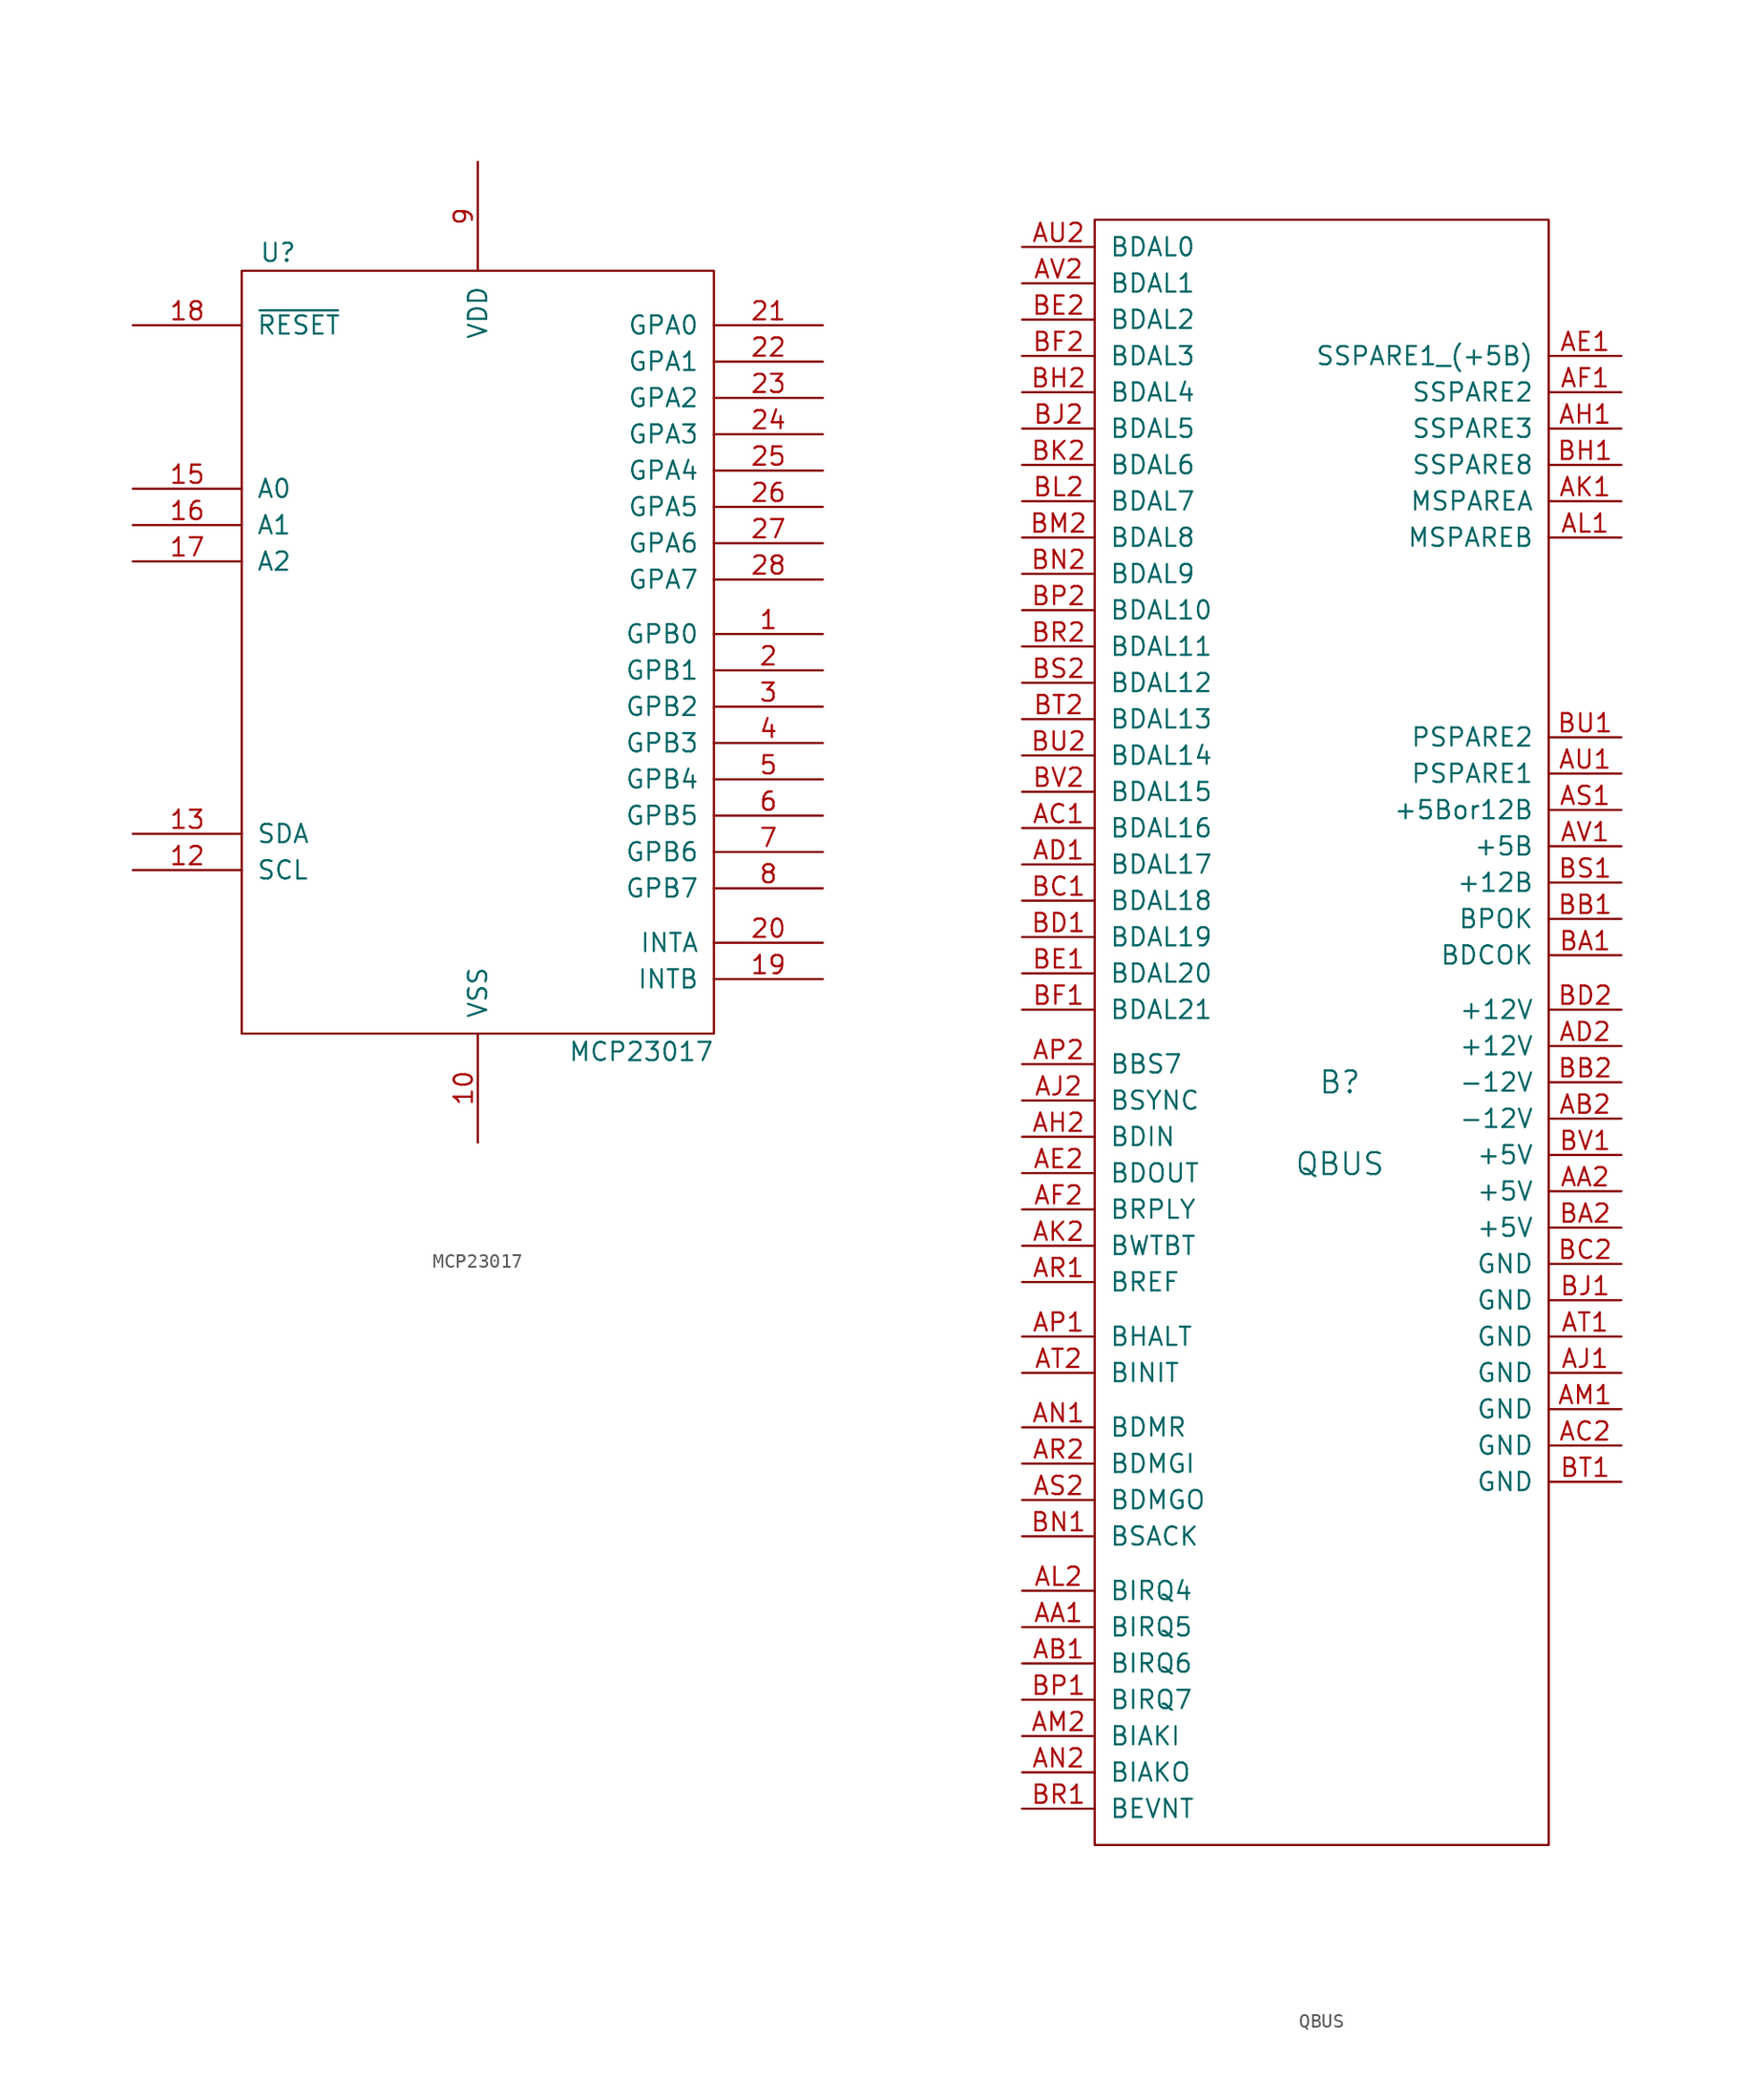
<source format=kicad_sym>
(kicad_symbol_lib
  (version 20220914)
  (generator kicad_symbol_editor)
  (symbol "MCP23017"
    (pin_names
      (offset 1.016))
    (property "Reference" "U"
      (at -13.97 27.94 0)
      (effects (font (size 1.27 1.27))))
    (property "Value" "MCP23017"
      (at 11.43 -27.94 0)
      (effects (font (size 1.27 1.27))))
    (symbol "MCP23017_1_0"
      (rectangle (start -16.51 -26.67) (end 16.51 26.67) (stroke (width 0) (type solid)) (fill (type none))))
    (symbol "MCP23017_1_1"
      (pin tri_state line (at 24.13 1.27 180) (length 7.62) (name "GPB0" (effects (font (size 1.27 1.27)))) (number "1" (effects (font (size 1.27 1.27)))))
      (pin power_in line (at 0 -34.29 90) (length 7.62) (name "VSS" (effects (font (size 1.27 1.27)))) (number "10" (effects (font (size 1.27 1.27)))))
      (pin input line (at -24.13 -15.24 0) (length 7.62) (name "SCL" (effects (font (size 1.27 1.27)))) (number "12" (effects (font (size 1.27 1.27)))))
      (pin tri_state line (at -24.13 -12.7 0) (length 7.62) (name "SDA" (effects (font (size 1.27 1.27)))) (number "13" (effects (font (size 1.27 1.27)))))
      (pin input line (at -24.13 11.43 0) (length 7.62) (name "A0" (effects (font (size 1.27 1.27)))) (number "15" (effects (font (size 1.27 1.27)))))
      (pin input line (at -24.13 8.89 0) (length 7.62) (name "A1" (effects (font (size 1.27 1.27)))) (number "16" (effects (font (size 1.27 1.27)))))
      (pin input line (at -24.13 6.35 0) (length 7.62) (name "A2" (effects (font (size 1.27 1.27)))) (number "17" (effects (font (size 1.27 1.27)))))
      (pin input line (at -24.13 22.86 0) (length 7.62) (name "~{RESET}" (effects (font (size 1.27 1.27)))) (number "18" (effects (font (size 1.27 1.27)))))
      (pin output line (at 24.13 -22.86 180) (length 7.62) (name "INTB" (effects (font (size 1.27 1.27)))) (number "19" (effects (font (size 1.27 1.27)))))
      (pin tri_state line (at 24.13 -1.27 180) (length 7.62) (name "GPB1" (effects (font (size 1.27 1.27)))) (number "2" (effects (font (size 1.27 1.27)))))
      (pin output line (at 24.13 -20.32 180) (length 7.62) (name "INTA" (effects (font (size 1.27 1.27)))) (number "20" (effects (font (size 1.27 1.27)))))
      (pin tri_state line (at 24.13 22.86 180) (length 7.62) (name "GPA0" (effects (font (size 1.27 1.27)))) (number "21" (effects (font (size 1.27 1.27)))))
      (pin tri_state line (at 24.13 20.32 180) (length 7.62) (name "GPA1" (effects (font (size 1.27 1.27)))) (number "22" (effects (font (size 1.27 1.27)))))
      (pin tri_state line (at 24.13 17.78 180) (length 7.62) (name "GPA2" (effects (font (size 1.27 1.27)))) (number "23" (effects (font (size 1.27 1.27)))))
      (pin tri_state line (at 24.13 15.24 180) (length 7.62) (name "GPA3" (effects (font (size 1.27 1.27)))) (number "24" (effects (font (size 1.27 1.27)))))
      (pin tri_state line (at 24.13 12.7 180) (length 7.62) (name "GPA4" (effects (font (size 1.27 1.27)))) (number "25" (effects (font (size 1.27 1.27)))))
      (pin tri_state line (at 24.13 10.16 180) (length 7.62) (name "GPA5" (effects (font (size 1.27 1.27)))) (number "26" (effects (font (size 1.27 1.27)))))
      (pin tri_state line (at 24.13 7.62 180) (length 7.62) (name "GPA6" (effects (font (size 1.27 1.27)))) (number "27" (effects (font (size 1.27 1.27)))))
      (pin tri_state line (at 24.13 5.08 180) (length 7.62) (name "GPA7" (effects (font (size 1.27 1.27)))) (number "28" (effects (font (size 1.27 1.27)))))
      (pin tri_state line (at 24.13 -3.81 180) (length 7.62) (name "GPB2" (effects (font (size 1.27 1.27)))) (number "3" (effects (font (size 1.27 1.27)))))
      (pin tri_state line (at 24.13 -6.35 180) (length 7.62) (name "GPB3" (effects (font (size 1.27 1.27)))) (number "4" (effects (font (size 1.27 1.27)))))
      (pin tri_state line (at 24.13 -8.89 180) (length 7.62) (name "GPB4" (effects (font (size 1.27 1.27)))) (number "5" (effects (font (size 1.27 1.27)))))
      (pin tri_state line (at 24.13 -11.43 180) (length 7.62) (name "GPB5" (effects (font (size 1.27 1.27)))) (number "6" (effects (font (size 1.27 1.27)))))
      (pin tri_state line (at 24.13 -13.97 180) (length 7.62) (name "GPB6" (effects (font (size 1.27 1.27)))) (number "7" (effects (font (size 1.27 1.27)))))
      (pin tri_state line (at 24.13 -16.51 180) (length 7.62) (name "GPB7" (effects (font (size 1.27 1.27)))) (number "8" (effects (font (size 1.27 1.27)))))
      (pin power_in line (at 0 34.29 270) (length 7.62) (name "VDD" (effects (font (size 1.27 1.27)))) (number "9" (effects (font (size 1.27 1.27)))))))
  (symbol "QBUS"
    (pin_names
      (offset 1.016))
    (property "Reference" "B"
      (at -14.605 -5.08 0)
      (effects (font (size 1.524 1.524))))
    (property "Value" "QBUS"
      (at -14.605 -10.795 0)
      (effects (font (size 1.524 1.524))))
    (property "Footprint" ""
      (at 0 -3.81 0)
      (effects (font (size 1.524 1.524))))
    (property "Datasheet" ""
      (at 0 -3.81 0)
      (effects (font (size 1.524 1.524))))
    (symbol "QBUS_0_1"
      (rectangle (start -31.75 55.245) (end 0 -58.42) (stroke (width 0) (type solid)) (fill (type none))))
    (symbol "QBUS_1_1"
      (pin bidirectional line (at -36.83 -43.18 0) (length 5.08) (name "BIRQ5" (effects (font (size 1.27 1.27)))) (number "AA1" (effects (font (size 1.27 1.27)))))
      (pin power_in line (at 5.08 -12.7 180) (length 5.08) (name "+5V" (effects (font (size 1.27 1.27)))) (number "AA2" (effects (font (size 1.27 1.27)))))
      (pin bidirectional line (at -36.83 -45.72 0) (length 5.08) (name "BIRQ6" (effects (font (size 1.27 1.27)))) (number "AB1" (effects (font (size 1.27 1.27)))))
      (pin power_in line (at 5.08 -7.62 180) (length 5.08) (name "-12V" (effects (font (size 1.27 1.27)))) (number "AB2" (effects (font (size 1.27 1.27)))))
      (pin bidirectional line (at -36.83 12.7 0) (length 5.08) (name "BDAL16" (effects (font (size 1.27 1.27)))) (number "AC1" (effects (font (size 1.27 1.27)))))
      (pin power_in line (at 5.08 -30.48 180) (length 5.08) (name "GND" (effects (font (size 1.27 1.27)))) (number "AC2" (effects (font (size 1.27 1.27)))))
      (pin bidirectional line (at -36.83 10.16 0) (length 5.08) (name "BDAL17" (effects (font (size 1.27 1.27)))) (number "AD1" (effects (font (size 1.27 1.27)))))
      (pin power_in line (at 5.08 -2.54 180) (length 5.08) (name "+12V" (effects (font (size 1.27 1.27)))) (number "AD2" (effects (font (size 1.27 1.27)))))
      (pin bidirectional line (at 5.08 45.72 180) (length 5.08) (name "SSPARE1_(+5B)" (effects (font (size 1.27 1.27)))) (number "AE1" (effects (font (size 1.27 1.27)))))
      (pin bidirectional line (at -36.83 -11.43 0) (length 5.08) (name "BDOUT" (effects (font (size 1.27 1.27)))) (number "AE2" (effects (font (size 1.27 1.27)))))
      (pin bidirectional line (at 5.08 43.18 180) (length 5.08) (name "SSPARE2" (effects (font (size 1.27 1.27)))) (number "AF1" (effects (font (size 1.27 1.27)))))
      (pin bidirectional line (at -36.83 -13.97 0) (length 5.08) (name "BRPLY" (effects (font (size 1.27 1.27)))) (number "AF2" (effects (font (size 1.27 1.27)))))
      (pin bidirectional line (at 5.08 40.64 180) (length 5.08) (name "SSPARE3" (effects (font (size 1.27 1.27)))) (number "AH1" (effects (font (size 1.27 1.27)))))
      (pin bidirectional line (at -36.83 -8.89 0) (length 5.08) (name "BDIN" (effects (font (size 1.27 1.27)))) (number "AH2" (effects (font (size 1.27 1.27)))))
      (pin power_in line (at 5.08 -25.4 180) (length 5.08) (name "GND" (effects (font (size 1.27 1.27)))) (number "AJ1" (effects (font (size 1.27 1.27)))))
      (pin bidirectional line (at -36.83 -6.35 0) (length 5.08) (name "BSYNC" (effects (font (size 1.27 1.27)))) (number "AJ2" (effects (font (size 1.27 1.27)))))
      (pin bidirectional line (at 5.08 35.56 180) (length 5.08) (name "MSPAREA" (effects (font (size 1.27 1.27)))) (number "AK1" (effects (font (size 1.27 1.27)))))
      (pin bidirectional line (at -36.83 -16.51 0) (length 5.08) (name "BWTBT" (effects (font (size 1.27 1.27)))) (number "AK2" (effects (font (size 1.27 1.27)))))
      (pin bidirectional line (at 5.08 33.02 180) (length 5.08) (name "MSPAREB" (effects (font (size 1.27 1.27)))) (number "AL1" (effects (font (size 1.27 1.27)))))
      (pin bidirectional line (at -36.83 -40.64 0) (length 5.08) (name "BIRQ4" (effects (font (size 1.27 1.27)))) (number "AL2" (effects (font (size 1.27 1.27)))))
      (pin power_in line (at 5.08 -27.94 180) (length 5.08) (name "GND" (effects (font (size 1.27 1.27)))) (number "AM1" (effects (font (size 1.27 1.27)))))
      (pin bidirectional line (at -36.83 -50.8 0) (length 5.08) (name "BIAKI" (effects (font (size 1.27 1.27)))) (number "AM2" (effects (font (size 1.27 1.27)))))
      (pin bidirectional line (at -36.83 -29.21 0) (length 5.08) (name "BDMR" (effects (font (size 1.27 1.27)))) (number "AN1" (effects (font (size 1.27 1.27)))))
      (pin bidirectional line (at -36.83 -53.34 0) (length 5.08) (name "BIAKO" (effects (font (size 1.27 1.27)))) (number "AN2" (effects (font (size 1.27 1.27)))))
      (pin bidirectional line (at -36.83 -22.86 0) (length 5.08) (name "BHALT" (effects (font (size 1.27 1.27)))) (number "AP1" (effects (font (size 1.27 1.27)))))
      (pin bidirectional line (at -36.83 -3.81 0) (length 5.08) (name "BBS7" (effects (font (size 1.27 1.27)))) (number "AP2" (effects (font (size 1.27 1.27)))))
      (pin bidirectional line (at -36.83 -19.05 0) (length 5.08) (name "BREF" (effects (font (size 1.27 1.27)))) (number "AR1" (effects (font (size 1.27 1.27)))))
      (pin bidirectional line (at -36.83 -31.75 0) (length 5.08) (name "BDMGI" (effects (font (size 1.27 1.27)))) (number "AR2" (effects (font (size 1.27 1.27)))))
      (pin power_in line (at 5.08 13.97 180) (length 5.08) (name "+5Bor12B" (effects (font (size 1.27 1.27)))) (number "AS1" (effects (font (size 1.27 1.27)))))
      (pin bidirectional line (at -36.83 -34.29 0) (length 5.08) (name "BDMGO" (effects (font (size 1.27 1.27)))) (number "AS2" (effects (font (size 1.27 1.27)))))
      (pin power_in line (at 5.08 -22.86 180) (length 5.08) (name "GND" (effects (font (size 1.27 1.27)))) (number "AT1" (effects (font (size 1.27 1.27)))))
      (pin bidirectional line (at -36.83 -25.4 0) (length 5.08) (name "BINIT" (effects (font (size 1.27 1.27)))) (number "AT2" (effects (font (size 1.27 1.27)))))
      (pin power_in line (at 5.08 16.51 180) (length 5.08) (name "PSPARE1" (effects (font (size 1.27 1.27)))) (number "AU1" (effects (font (size 1.27 1.27)))))
      (pin bidirectional line (at -36.83 53.34 0) (length 5.08) (name "BDAL0" (effects (font (size 1.27 1.27)))) (number "AU2" (effects (font (size 1.27 1.27)))))
      (pin power_in line (at 5.08 11.43 180) (length 5.08) (name "+5B" (effects (font (size 1.27 1.27)))) (number "AV1" (effects (font (size 1.27 1.27)))))
      (pin bidirectional line (at -36.83 50.8 0) (length 5.08) (name "BDAL1" (effects (font (size 1.27 1.27)))) (number "AV2" (effects (font (size 1.27 1.27)))))
      (pin bidirectional line (at 5.08 3.81 180) (length 5.08) (name "BDCOK" (effects (font (size 1.27 1.27)))) (number "BA1" (effects (font (size 1.27 1.27)))))
      (pin power_in line (at 5.08 -15.24 180) (length 5.08) (name "+5V" (effects (font (size 1.27 1.27)))) (number "BA2" (effects (font (size 1.27 1.27)))))
      (pin bidirectional line (at 5.08 6.35 180) (length 5.08) (name "BPOK" (effects (font (size 1.27 1.27)))) (number "BB1" (effects (font (size 1.27 1.27)))))
      (pin power_in line (at 5.08 -5.08 180) (length 5.08) (name "-12V" (effects (font (size 1.27 1.27)))) (number "BB2" (effects (font (size 1.27 1.27)))))
      (pin bidirectional line (at -36.83 7.62 0) (length 5.08) (name "BDAL18" (effects (font (size 1.27 1.27)))) (number "BC1" (effects (font (size 1.27 1.27)))))
      (pin power_in line (at 5.08 -17.78 180) (length 5.08) (name "GND" (effects (font (size 1.27 1.27)))) (number "BC2" (effects (font (size 1.27 1.27)))))
      (pin bidirectional line (at -36.83 5.08 0) (length 5.08) (name "BDAL19" (effects (font (size 1.27 1.27)))) (number "BD1" (effects (font (size 1.27 1.27)))))
      (pin power_in line (at 5.08 0 180) (length 5.08) (name "+12V" (effects (font (size 1.27 1.27)))) (number "BD2" (effects (font (size 1.27 1.27)))))
      (pin bidirectional line (at -36.83 2.54 0) (length 5.08) (name "BDAL20" (effects (font (size 1.27 1.27)))) (number "BE1" (effects (font (size 1.27 1.27)))))
      (pin bidirectional line (at -36.83 48.26 0) (length 5.08) (name "BDAL2" (effects (font (size 1.27 1.27)))) (number "BE2" (effects (font (size 1.27 1.27)))))
      (pin bidirectional line (at -36.83 0 0) (length 5.08) (name "BDAL21" (effects (font (size 1.27 1.27)))) (number "BF1" (effects (font (size 1.27 1.27)))))
      (pin bidirectional line (at -36.83 45.72 0) (length 5.08) (name "BDAL3" (effects (font (size 1.27 1.27)))) (number "BF2" (effects (font (size 1.27 1.27)))))
      (pin bidirectional line (at 5.08 38.1 180) (length 5.08) (name "SSPARE8" (effects (font (size 1.27 1.27)))) (number "BH1" (effects (font (size 1.27 1.27)))))
      (pin bidirectional line (at -36.83 43.18 0) (length 5.08) (name "BDAL4" (effects (font (size 1.27 1.27)))) (number "BH2" (effects (font (size 1.27 1.27)))))
      (pin power_in line (at 5.08 -20.32 180) (length 5.08) (name "GND" (effects (font (size 1.27 1.27)))) (number "BJ1" (effects (font (size 1.27 1.27)))))
      (pin bidirectional line (at -36.83 40.64 0) (length 5.08) (name "BDAL5" (effects (font (size 1.27 1.27)))) (number "BJ2" (effects (font (size 1.27 1.27)))))
      (pin bidirectional line (at -36.83 38.1 0) (length 5.08) (name "BDAL6" (effects (font (size 1.27 1.27)))) (number "BK2" (effects (font (size 1.27 1.27)))))
      (pin bidirectional line (at -36.83 35.56 0) (length 5.08) (name "BDAL7" (effects (font (size 1.27 1.27)))) (number "BL2" (effects (font (size 1.27 1.27)))))
      (pin bidirectional line (at -36.83 33.02 0) (length 5.08) (name "BDAL8" (effects (font (size 1.27 1.27)))) (number "BM2" (effects (font (size 1.27 1.27)))))
      (pin bidirectional line (at -36.83 -36.83 0) (length 5.08) (name "BSACK" (effects (font (size 1.27 1.27)))) (number "BN1" (effects (font (size 1.27 1.27)))))
      (pin bidirectional line (at -36.83 30.48 0) (length 5.08) (name "BDAL9" (effects (font (size 1.27 1.27)))) (number "BN2" (effects (font (size 1.27 1.27)))))
      (pin bidirectional line (at -36.83 -48.26 0) (length 5.08) (name "BIRQ7" (effects (font (size 1.27 1.27)))) (number "BP1" (effects (font (size 1.27 1.27)))))
      (pin bidirectional line (at -36.83 27.94 0) (length 5.08) (name "BDAL10" (effects (font (size 1.27 1.27)))) (number "BP2" (effects (font (size 1.27 1.27)))))
      (pin bidirectional line (at -36.83 -55.88 0) (length 5.08) (name "BEVNT" (effects (font (size 1.27 1.27)))) (number "BR1" (effects (font (size 1.27 1.27)))))
      (pin bidirectional line (at -36.83 25.4 0) (length 5.08) (name "BDAL11" (effects (font (size 1.27 1.27)))) (number "BR2" (effects (font (size 1.27 1.27)))))
      (pin power_in line (at 5.08 8.89 180) (length 5.08) (name "+12B" (effects (font (size 1.27 1.27)))) (number "BS1" (effects (font (size 1.27 1.27)))))
      (pin bidirectional line (at -36.83 22.86 0) (length 5.08) (name "BDAL12" (effects (font (size 1.27 1.27)))) (number "BS2" (effects (font (size 1.27 1.27)))))
      (pin power_in line (at 5.08 -33.02 180) (length 5.08) (name "GND" (effects (font (size 1.27 1.27)))) (number "BT1" (effects (font (size 1.27 1.27)))))
      (pin bidirectional line (at -36.83 20.32 0) (length 5.08) (name "BDAL13" (effects (font (size 1.27 1.27)))) (number "BT2" (effects (font (size 1.27 1.27)))))
      (pin power_in line (at 5.08 19.05 180) (length 5.08) (name "PSPARE2" (effects (font (size 1.27 1.27)))) (number "BU1" (effects (font (size 1.27 1.27)))))
      (pin bidirectional line (at -36.83 17.78 0) (length 5.08) (name "BDAL14" (effects (font (size 1.27 1.27)))) (number "BU2" (effects (font (size 1.27 1.27)))))
      (pin power_in line (at 5.08 -10.16 180) (length 5.08) (name "+5V" (effects (font (size 1.27 1.27)))) (number "BV1" (effects (font (size 1.27 1.27)))))
      (pin bidirectional line (at -36.83 15.24 0) (length 5.08) (name "BDAL15" (effects (font (size 1.27 1.27)))) (number "BV2" (effects (font (size 1.27 1.27))))))))
</source>
